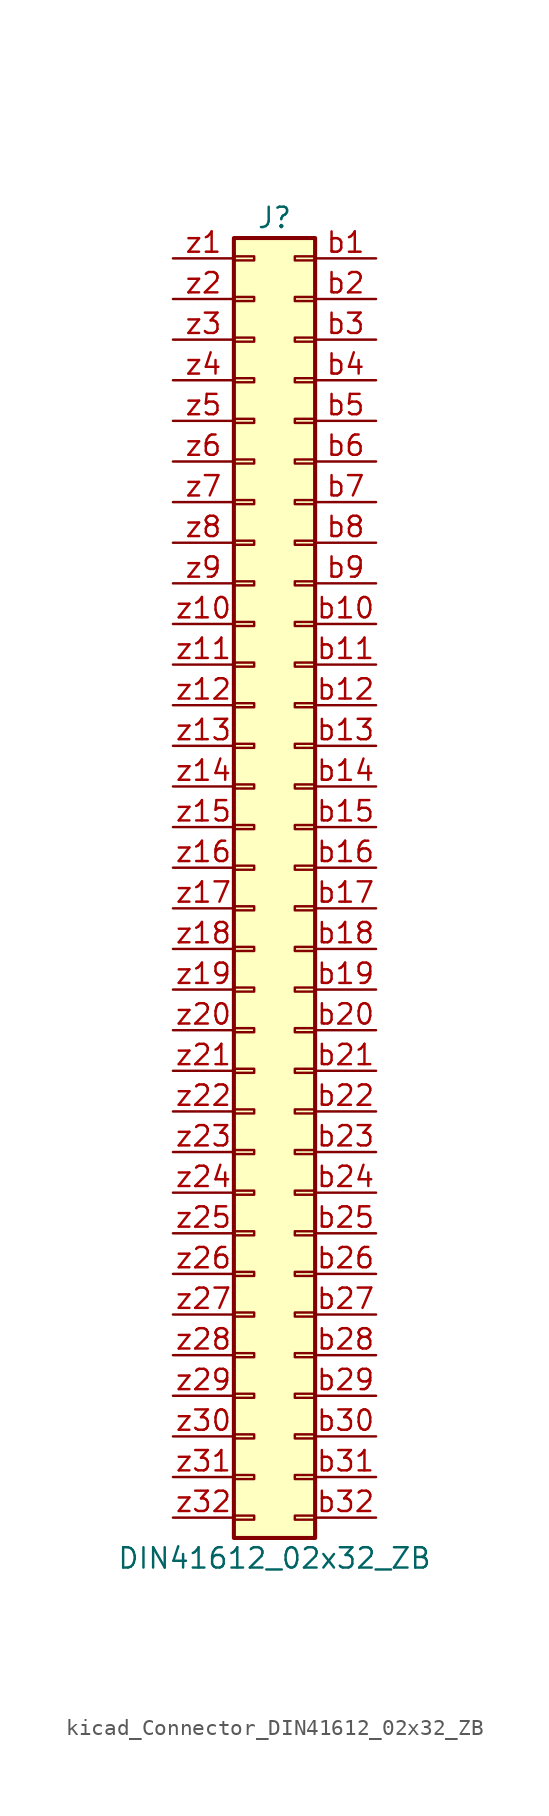
<source format=kicad_sym>
(kicad_symbol_lib
  (version 20220914)
  (generator kicad_symbol_editor)
  (symbol "kicad_Connector_DIN41612_02x32_ZB"
    (pin_names
      (offset 1.016) hide)
    (property "Reference" "J"
      (at 1.27 40.64 0)
      (effects (font (size 1.27 1.27))))
    (property "Value" "DIN41612_02x32_ZB"
      (at 1.27 -43.18 0)
      (effects (font (size 1.27 1.27))))
    (symbol "kicad_Connector_DIN41612_02x32_ZB_1_1"
      (rectangle (start -1.27 -40.513) (end 0 -40.767) (stroke (width 0.152) (type default)) (fill (type none)))
      (rectangle (start -1.27 -37.973) (end 0 -38.227) (stroke (width 0.152) (type default)) (fill (type none)))
      (rectangle (start -1.27 -35.433) (end 0 -35.687) (stroke (width 0.152) (type default)) (fill (type none)))
      (rectangle (start -1.27 -32.893) (end 0 -33.147) (stroke (width 0.152) (type default)) (fill (type none)))
      (rectangle (start -1.27 -30.353) (end 0 -30.607) (stroke (width 0.152) (type default)) (fill (type none)))
      (rectangle (start -1.27 -27.813) (end 0 -28.067) (stroke (width 0.152) (type default)) (fill (type none)))
      (rectangle (start -1.27 -25.273) (end 0 -25.527) (stroke (width 0.152) (type default)) (fill (type none)))
      (rectangle (start -1.27 -22.733) (end 0 -22.987) (stroke (width 0.152) (type default)) (fill (type none)))
      (rectangle (start -1.27 -20.193) (end 0 -20.447) (stroke (width 0.152) (type default)) (fill (type none)))
      (rectangle (start -1.27 -17.653) (end 0 -17.907) (stroke (width 0.152) (type default)) (fill (type none)))
      (rectangle (start -1.27 -15.113) (end 0 -15.367) (stroke (width 0.152) (type default)) (fill (type none)))
      (rectangle (start -1.27 -12.573) (end 0 -12.827) (stroke (width 0.152) (type default)) (fill (type none)))
      (rectangle (start -1.27 -10.033) (end 0 -10.287) (stroke (width 0.152) (type default)) (fill (type none)))
      (rectangle (start -1.27 -7.493) (end 0 -7.747) (stroke (width 0.152) (type default)) (fill (type none)))
      (rectangle (start -1.27 -4.953) (end 0 -5.207) (stroke (width 0.152) (type default)) (fill (type none)))
      (rectangle (start -1.27 -2.413) (end 0 -2.667) (stroke (width 0.152) (type default)) (fill (type none)))
      (rectangle (start -1.27 0.127) (end 0 -0.127) (stroke (width 0.152) (type default)) (fill (type none)))
      (rectangle (start -1.27 2.667) (end 0 2.413) (stroke (width 0.152) (type default)) (fill (type none)))
      (rectangle (start -1.27 5.207) (end 0 4.953) (stroke (width 0.152) (type default)) (fill (type none)))
      (rectangle (start -1.27 7.747) (end 0 7.493) (stroke (width 0.152) (type default)) (fill (type none)))
      (rectangle (start -1.27 10.287) (end 0 10.033) (stroke (width 0.152) (type default)) (fill (type none)))
      (rectangle (start -1.27 12.827) (end 0 12.573) (stroke (width 0.152) (type default)) (fill (type none)))
      (rectangle (start -1.27 15.367) (end 0 15.113) (stroke (width 0.152) (type default)) (fill (type none)))
      (rectangle (start -1.27 17.907) (end 0 17.653) (stroke (width 0.152) (type default)) (fill (type none)))
      (rectangle (start -1.27 20.447) (end 0 20.193) (stroke (width 0.152) (type default)) (fill (type none)))
      (rectangle (start -1.27 22.987) (end 0 22.733) (stroke (width 0.152) (type default)) (fill (type none)))
      (rectangle (start -1.27 25.527) (end 0 25.273) (stroke (width 0.152) (type default)) (fill (type none)))
      (rectangle (start -1.27 28.067) (end 0 27.813) (stroke (width 0.152) (type default)) (fill (type none)))
      (rectangle (start -1.27 30.607) (end 0 30.353) (stroke (width 0.152) (type default)) (fill (type none)))
      (rectangle (start -1.27 33.147) (end 0 32.893) (stroke (width 0.152) (type default)) (fill (type none)))
      (rectangle (start -1.27 35.687) (end 0 35.433) (stroke (width 0.152) (type default)) (fill (type none)))
      (rectangle (start -1.27 38.227) (end 0 37.973) (stroke (width 0.152) (type default)) (fill (type none)))
      (rectangle (start -1.27 39.37) (end 3.81 -41.91) (stroke (width 0.254) (type default)) (fill (type background)))
      (rectangle (start 3.81 -40.513) (end 2.54 -40.767) (stroke (width 0.152) (type default)) (fill (type none)))
      (rectangle (start 3.81 -37.973) (end 2.54 -38.227) (stroke (width 0.152) (type default)) (fill (type none)))
      (rectangle (start 3.81 -35.433) (end 2.54 -35.687) (stroke (width 0.152) (type default)) (fill (type none)))
      (rectangle (start 3.81 -32.893) (end 2.54 -33.147) (stroke (width 0.152) (type default)) (fill (type none)))
      (rectangle (start 3.81 -30.353) (end 2.54 -30.607) (stroke (width 0.152) (type default)) (fill (type none)))
      (rectangle (start 3.81 -27.813) (end 2.54 -28.067) (stroke (width 0.152) (type default)) (fill (type none)))
      (rectangle (start 3.81 -25.273) (end 2.54 -25.527) (stroke (width 0.152) (type default)) (fill (type none)))
      (rectangle (start 3.81 -22.733) (end 2.54 -22.987) (stroke (width 0.152) (type default)) (fill (type none)))
      (rectangle (start 3.81 -20.193) (end 2.54 -20.447) (stroke (width 0.152) (type default)) (fill (type none)))
      (rectangle (start 3.81 -17.653) (end 2.54 -17.907) (stroke (width 0.152) (type default)) (fill (type none)))
      (rectangle (start 3.81 -15.113) (end 2.54 -15.367) (stroke (width 0.152) (type default)) (fill (type none)))
      (rectangle (start 3.81 -12.573) (end 2.54 -12.827) (stroke (width 0.152) (type default)) (fill (type none)))
      (rectangle (start 3.81 -10.033) (end 2.54 -10.287) (stroke (width 0.152) (type default)) (fill (type none)))
      (rectangle (start 3.81 -7.493) (end 2.54 -7.747) (stroke (width 0.152) (type default)) (fill (type none)))
      (rectangle (start 3.81 -4.953) (end 2.54 -5.207) (stroke (width 0.152) (type default)) (fill (type none)))
      (rectangle (start 3.81 -2.413) (end 2.54 -2.667) (stroke (width 0.152) (type default)) (fill (type none)))
      (rectangle (start 3.81 0.127) (end 2.54 -0.127) (stroke (width 0.152) (type default)) (fill (type none)))
      (rectangle (start 3.81 2.667) (end 2.54 2.413) (stroke (width 0.152) (type default)) (fill (type none)))
      (rectangle (start 3.81 5.207) (end 2.54 4.953) (stroke (width 0.152) (type default)) (fill (type none)))
      (rectangle (start 3.81 7.747) (end 2.54 7.493) (stroke (width 0.152) (type default)) (fill (type none)))
      (rectangle (start 3.81 10.287) (end 2.54 10.033) (stroke (width 0.152) (type default)) (fill (type none)))
      (rectangle (start 3.81 12.827) (end 2.54 12.573) (stroke (width 0.152) (type default)) (fill (type none)))
      (rectangle (start 3.81 15.367) (end 2.54 15.113) (stroke (width 0.152) (type default)) (fill (type none)))
      (rectangle (start 3.81 17.907) (end 2.54 17.653) (stroke (width 0.152) (type default)) (fill (type none)))
      (rectangle (start 3.81 20.447) (end 2.54 20.193) (stroke (width 0.152) (type default)) (fill (type none)))
      (rectangle (start 3.81 22.987) (end 2.54 22.733) (stroke (width 0.152) (type default)) (fill (type none)))
      (rectangle (start 3.81 25.527) (end 2.54 25.273) (stroke (width 0.152) (type default)) (fill (type none)))
      (rectangle (start 3.81 28.067) (end 2.54 27.813) (stroke (width 0.152) (type default)) (fill (type none)))
      (rectangle (start 3.81 30.607) (end 2.54 30.353) (stroke (width 0.152) (type default)) (fill (type none)))
      (rectangle (start 3.81 33.147) (end 2.54 32.893) (stroke (width 0.152) (type default)) (fill (type none)))
      (rectangle (start 3.81 35.687) (end 2.54 35.433) (stroke (width 0.152) (type default)) (fill (type none)))
      (rectangle (start 3.81 38.227) (end 2.54 37.973) (stroke (width 0.152) (type default)) (fill (type none)))
      (pin passive line (at 7.62 38.1 180) (length 3.81) (name "Pin_b1" (effects (font (size 1.27 1.27)))) (number "b1" (effects (font (size 1.27 1.27)))))
      (pin passive line (at 7.62 15.24 180) (length 3.81) (name "Pin_b10" (effects (font (size 1.27 1.27)))) (number "b10" (effects (font (size 1.27 1.27)))))
      (pin passive line (at 7.62 12.7 180) (length 3.81) (name "Pin_b11" (effects (font (size 1.27 1.27)))) (number "b11" (effects (font (size 1.27 1.27)))))
      (pin passive line (at 7.62 10.16 180) (length 3.81) (name "Pin_b12" (effects (font (size 1.27 1.27)))) (number "b12" (effects (font (size 1.27 1.27)))))
      (pin passive line (at 7.62 7.62 180) (length 3.81) (name "Pin_b13" (effects (font (size 1.27 1.27)))) (number "b13" (effects (font (size 1.27 1.27)))))
      (pin passive line (at 7.62 5.08 180) (length 3.81) (name "Pin_b14" (effects (font (size 1.27 1.27)))) (number "b14" (effects (font (size 1.27 1.27)))))
      (pin passive line (at 7.62 2.54 180) (length 3.81) (name "Pin_b15" (effects (font (size 1.27 1.27)))) (number "b15" (effects (font (size 1.27 1.27)))))
      (pin passive line (at 7.62 0 180) (length 3.81) (name "Pin_b16" (effects (font (size 1.27 1.27)))) (number "b16" (effects (font (size 1.27 1.27)))))
      (pin passive line (at 7.62 -2.54 180) (length 3.81) (name "Pin_b17" (effects (font (size 1.27 1.27)))) (number "b17" (effects (font (size 1.27 1.27)))))
      (pin passive line (at 7.62 -5.08 180) (length 3.81) (name "Pin_b18" (effects (font (size 1.27 1.27)))) (number "b18" (effects (font (size 1.27 1.27)))))
      (pin passive line (at 7.62 -7.62 180) (length 3.81) (name "Pin_b19" (effects (font (size 1.27 1.27)))) (number "b19" (effects (font (size 1.27 1.27)))))
      (pin passive line (at 7.62 35.56 180) (length 3.81) (name "Pin_b2" (effects (font (size 1.27 1.27)))) (number "b2" (effects (font (size 1.27 1.27)))))
      (pin passive line (at 7.62 -10.16 180) (length 3.81) (name "Pin_b20" (effects (font (size 1.27 1.27)))) (number "b20" (effects (font (size 1.27 1.27)))))
      (pin passive line (at 7.62 -12.7 180) (length 3.81) (name "Pin_b21" (effects (font (size 1.27 1.27)))) (number "b21" (effects (font (size 1.27 1.27)))))
      (pin passive line (at 7.62 -15.24 180) (length 3.81) (name "Pin_b22" (effects (font (size 1.27 1.27)))) (number "b22" (effects (font (size 1.27 1.27)))))
      (pin passive line (at 7.62 -17.78 180) (length 3.81) (name "Pin_b23" (effects (font (size 1.27 1.27)))) (number "b23" (effects (font (size 1.27 1.27)))))
      (pin passive line (at 7.62 -20.32 180) (length 3.81) (name "Pin_b24" (effects (font (size 1.27 1.27)))) (number "b24" (effects (font (size 1.27 1.27)))))
      (pin passive line (at 7.62 -22.86 180) (length 3.81) (name "Pin_b25" (effects (font (size 1.27 1.27)))) (number "b25" (effects (font (size 1.27 1.27)))))
      (pin passive line (at 7.62 -25.4 180) (length 3.81) (name "Pin_b26" (effects (font (size 1.27 1.27)))) (number "b26" (effects (font (size 1.27 1.27)))))
      (pin passive line (at 7.62 -27.94 180) (length 3.81) (name "Pin_b27" (effects (font (size 1.27 1.27)))) (number "b27" (effects (font (size 1.27 1.27)))))
      (pin passive line (at 7.62 -30.48 180) (length 3.81) (name "Pin_b28" (effects (font (size 1.27 1.27)))) (number "b28" (effects (font (size 1.27 1.27)))))
      (pin passive line (at 7.62 -33.02 180) (length 3.81) (name "Pin_b29" (effects (font (size 1.27 1.27)))) (number "b29" (effects (font (size 1.27 1.27)))))
      (pin passive line (at 7.62 33.02 180) (length 3.81) (name "Pin_b3" (effects (font (size 1.27 1.27)))) (number "b3" (effects (font (size 1.27 1.27)))))
      (pin passive line (at 7.62 -35.56 180) (length 3.81) (name "Pin_b30" (effects (font (size 1.27 1.27)))) (number "b30" (effects (font (size 1.27 1.27)))))
      (pin passive line (at 7.62 -38.1 180) (length 3.81) (name "Pin_b31" (effects (font (size 1.27 1.27)))) (number "b31" (effects (font (size 1.27 1.27)))))
      (pin passive line (at 7.62 -40.64 180) (length 3.81) (name "Pin_b32" (effects (font (size 1.27 1.27)))) (number "b32" (effects (font (size 1.27 1.27)))))
      (pin passive line (at 7.62 30.48 180) (length 3.81) (name "Pin_b4" (effects (font (size 1.27 1.27)))) (number "b4" (effects (font (size 1.27 1.27)))))
      (pin passive line (at 7.62 27.94 180) (length 3.81) (name "Pin_b5" (effects (font (size 1.27 1.27)))) (number "b5" (effects (font (size 1.27 1.27)))))
      (pin passive line (at 7.62 25.4 180) (length 3.81) (name "Pin_b6" (effects (font (size 1.27 1.27)))) (number "b6" (effects (font (size 1.27 1.27)))))
      (pin passive line (at 7.62 22.86 180) (length 3.81) (name "Pin_b7" (effects (font (size 1.27 1.27)))) (number "b7" (effects (font (size 1.27 1.27)))))
      (pin passive line (at 7.62 20.32 180) (length 3.81) (name "Pin_b8" (effects (font (size 1.27 1.27)))) (number "b8" (effects (font (size 1.27 1.27)))))
      (pin passive line (at 7.62 17.78 180) (length 3.81) (name "Pin_b9" (effects (font (size 1.27 1.27)))) (number "b9" (effects (font (size 1.27 1.27)))))
      (pin passive line (at -5.08 38.1 0) (length 3.81) (name "Pin_z1" (effects (font (size 1.27 1.27)))) (number "z1" (effects (font (size 1.27 1.27)))))
      (pin passive line (at -5.08 15.24 0) (length 3.81) (name "Pin_z10" (effects (font (size 1.27 1.27)))) (number "z10" (effects (font (size 1.27 1.27)))))
      (pin passive line (at -5.08 12.7 0) (length 3.81) (name "Pin_z11" (effects (font (size 1.27 1.27)))) (number "z11" (effects (font (size 1.27 1.27)))))
      (pin passive line (at -5.08 10.16 0) (length 3.81) (name "Pin_z12" (effects (font (size 1.27 1.27)))) (number "z12" (effects (font (size 1.27 1.27)))))
      (pin passive line (at -5.08 7.62 0) (length 3.81) (name "Pin_z13" (effects (font (size 1.27 1.27)))) (number "z13" (effects (font (size 1.27 1.27)))))
      (pin passive line (at -5.08 5.08 0) (length 3.81) (name "Pin_z14" (effects (font (size 1.27 1.27)))) (number "z14" (effects (font (size 1.27 1.27)))))
      (pin passive line (at -5.08 2.54 0) (length 3.81) (name "Pin_z15" (effects (font (size 1.27 1.27)))) (number "z15" (effects (font (size 1.27 1.27)))))
      (pin passive line (at -5.08 0 0) (length 3.81) (name "Pin_z16" (effects (font (size 1.27 1.27)))) (number "z16" (effects (font (size 1.27 1.27)))))
      (pin passive line (at -5.08 -2.54 0) (length 3.81) (name "Pin_z17" (effects (font (size 1.27 1.27)))) (number "z17" (effects (font (size 1.27 1.27)))))
      (pin passive line (at -5.08 -5.08 0) (length 3.81) (name "Pin_z18" (effects (font (size 1.27 1.27)))) (number "z18" (effects (font (size 1.27 1.27)))))
      (pin passive line (at -5.08 -7.62 0) (length 3.81) (name "Pin_z19" (effects (font (size 1.27 1.27)))) (number "z19" (effects (font (size 1.27 1.27)))))
      (pin passive line (at -5.08 35.56 0) (length 3.81) (name "Pin_z2" (effects (font (size 1.27 1.27)))) (number "z2" (effects (font (size 1.27 1.27)))))
      (pin passive line (at -5.08 -10.16 0) (length 3.81) (name "Pin_z20" (effects (font (size 1.27 1.27)))) (number "z20" (effects (font (size 1.27 1.27)))))
      (pin passive line (at -5.08 -12.7 0) (length 3.81) (name "Pin_z21" (effects (font (size 1.27 1.27)))) (number "z21" (effects (font (size 1.27 1.27)))))
      (pin passive line (at -5.08 -15.24 0) (length 3.81) (name "Pin_z22" (effects (font (size 1.27 1.27)))) (number "z22" (effects (font (size 1.27 1.27)))))
      (pin passive line (at -5.08 -17.78 0) (length 3.81) (name "Pin_z23" (effects (font (size 1.27 1.27)))) (number "z23" (effects (font (size 1.27 1.27)))))
      (pin passive line (at -5.08 -20.32 0) (length 3.81) (name "Pin_z24" (effects (font (size 1.27 1.27)))) (number "z24" (effects (font (size 1.27 1.27)))))
      (pin passive line (at -5.08 -22.86 0) (length 3.81) (name "Pin_z25" (effects (font (size 1.27 1.27)))) (number "z25" (effects (font (size 1.27 1.27)))))
      (pin passive line (at -5.08 -25.4 0) (length 3.81) (name "Pin_z26" (effects (font (size 1.27 1.27)))) (number "z26" (effects (font (size 1.27 1.27)))))
      (pin passive line (at -5.08 -27.94 0) (length 3.81) (name "Pin_z27" (effects (font (size 1.27 1.27)))) (number "z27" (effects (font (size 1.27 1.27)))))
      (pin passive line (at -5.08 -30.48 0) (length 3.81) (name "Pin_z28" (effects (font (size 1.27 1.27)))) (number "z28" (effects (font (size 1.27 1.27)))))
      (pin passive line (at -5.08 -33.02 0) (length 3.81) (name "Pin_z29" (effects (font (size 1.27 1.27)))) (number "z29" (effects (font (size 1.27 1.27)))))
      (pin passive line (at -5.08 33.02 0) (length 3.81) (name "Pin_z3" (effects (font (size 1.27 1.27)))) (number "z3" (effects (font (size 1.27 1.27)))))
      (pin passive line (at -5.08 -35.56 0) (length 3.81) (name "Pin_z30" (effects (font (size 1.27 1.27)))) (number "z30" (effects (font (size 1.27 1.27)))))
      (pin passive line (at -5.08 -38.1 0) (length 3.81) (name "Pin_z31" (effects (font (size 1.27 1.27)))) (number "z31" (effects (font (size 1.27 1.27)))))
      (pin passive line (at -5.08 -40.64 0) (length 3.81) (name "Pin_z32" (effects (font (size 1.27 1.27)))) (number "z32" (effects (font (size 1.27 1.27)))))
      (pin passive line (at -5.08 30.48 0) (length 3.81) (name "Pin_z4" (effects (font (size 1.27 1.27)))) (number "z4" (effects (font (size 1.27 1.27)))))
      (pin passive line (at -5.08 27.94 0) (length 3.81) (name "Pin_z5" (effects (font (size 1.27 1.27)))) (number "z5" (effects (font (size 1.27 1.27)))))
      (pin passive line (at -5.08 25.4 0) (length 3.81) (name "Pin_z6" (effects (font (size 1.27 1.27)))) (number "z6" (effects (font (size 1.27 1.27)))))
      (pin passive line (at -5.08 22.86 0) (length 3.81) (name "Pin_z7" (effects (font (size 1.27 1.27)))) (number "z7" (effects (font (size 1.27 1.27)))))
      (pin passive line (at -5.08 20.32 0) (length 3.81) (name "Pin_z8" (effects (font (size 1.27 1.27)))) (number "z8" (effects (font (size 1.27 1.27)))))
      (pin passive line (at -5.08 17.78 0) (length 3.81) (name "Pin_z9" (effects (font (size 1.27 1.27)))) (number "z9" (effects (font (size 1.27 1.27))))))))
</source>
